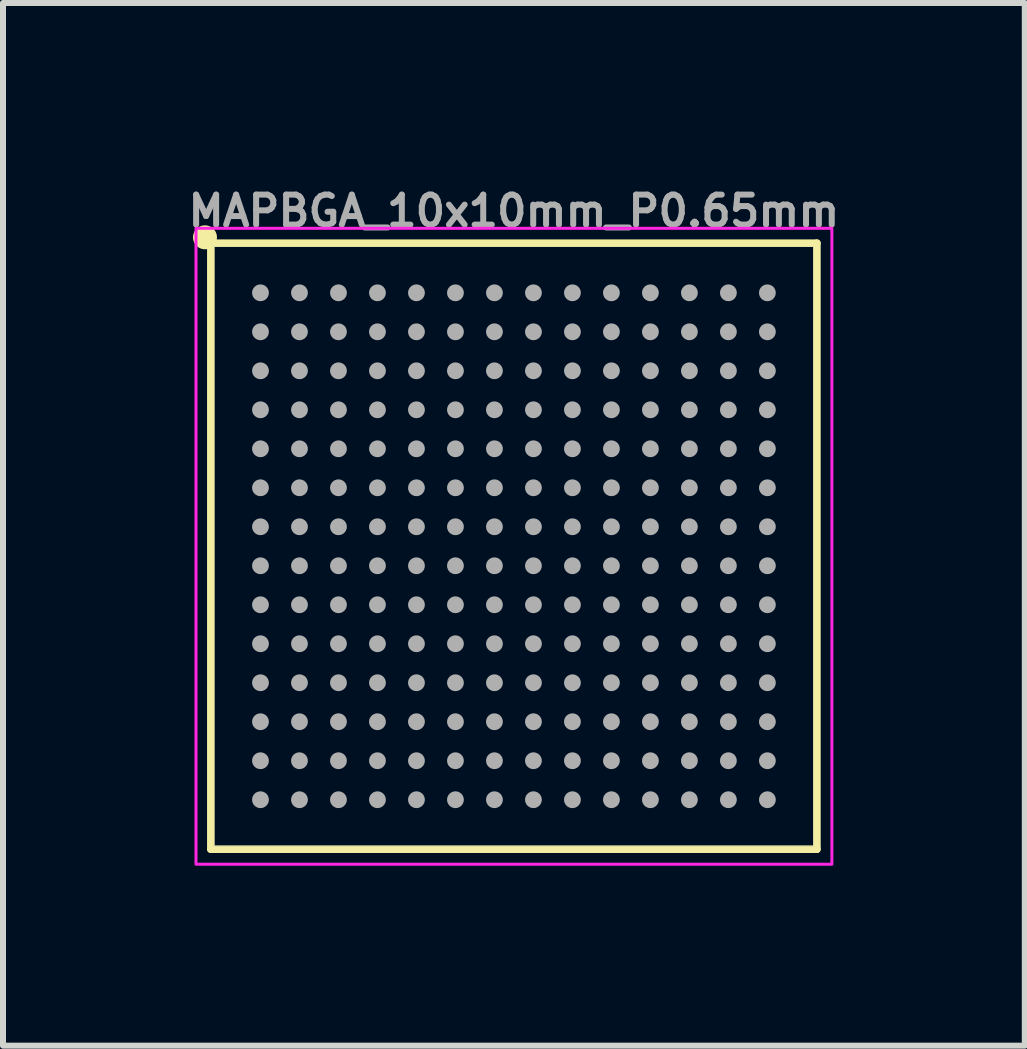
<source format=kicad_pcb>
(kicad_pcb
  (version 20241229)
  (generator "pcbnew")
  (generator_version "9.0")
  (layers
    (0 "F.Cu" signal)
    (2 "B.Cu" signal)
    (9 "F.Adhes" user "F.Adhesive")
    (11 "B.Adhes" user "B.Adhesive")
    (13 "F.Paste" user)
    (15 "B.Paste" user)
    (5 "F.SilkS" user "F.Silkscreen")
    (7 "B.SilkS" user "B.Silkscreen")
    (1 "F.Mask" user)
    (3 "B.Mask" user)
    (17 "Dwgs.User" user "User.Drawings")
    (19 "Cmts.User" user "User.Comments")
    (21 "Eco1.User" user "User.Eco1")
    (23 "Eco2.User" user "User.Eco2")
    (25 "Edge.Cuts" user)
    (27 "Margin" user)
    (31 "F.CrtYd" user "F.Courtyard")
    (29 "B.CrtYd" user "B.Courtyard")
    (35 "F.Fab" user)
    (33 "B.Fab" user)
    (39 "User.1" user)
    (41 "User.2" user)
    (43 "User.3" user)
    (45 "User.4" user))
  (footprint "MAPBGA_10x10mm_P0.65mm"
    (layer "F.Cu")
    (at 5.517 6.056)
    (property "Reference" "MAPBGA_10x10mm_P0.65mm" (at 0 -5.588 0) (layer "F.Fab") (effects (font (size 0.5 0.5) (thickness 0.1))))
    (attr smd)
    (fp_line (start -5.052 -5.052) (end 5.05 -5.052) (stroke (width 0.127) (type solid)) (layer "F.SilkS"))
    (fp_line (start -5.052 5.05) (end -5.052 -5.052) (stroke (width 0.127) (type solid)) (layer "F.SilkS"))
    (fp_line (start 5.05 -5.052) (end 5.05 5.05) (stroke (width 0.127) (type solid)) (layer "F.SilkS"))
    (fp_line (start 5.05 5.05) (end -5.052 5.05) (stroke (width 0.127) (type solid)) (layer "F.SilkS"))
    (fp_circle (center -5.15 -5.15) (end -5.25 -5.15) (stroke (width 0.2) (type solid)) (fill yes) (layer "F.SilkS"))
    (fp_rect (start -5.3 -5.3) (end 5.3 5.3) (stroke (width 0.05) (type default)) (fill no) (layer "F.CrtYd"))
    (fp_line (start -5 -5) (end 5 -5) (stroke (width 0.003) (type solid)) (layer "F.Fab"))
    (fp_line (start -5 5) (end -5 -5) (stroke (width 0.003) (type solid)) (layer "F.Fab"))
    (fp_line (start 5 -5) (end 5 5) (stroke (width 0.003) (type solid)) (layer "F.Fab"))
    (fp_line (start 5 5) (end -5 5) (stroke (width 0.003) (type solid)) (layer "F.Fab"))
    (fp_circle (center -4.225 -4.225) (end -4.155 -4.225) (stroke (width 0.14) (type solid)) (fill no) (layer "F.Fab"))
    (fp_circle (center -4.225 -3.575) (end -4.155 -3.575) (stroke (width 0.14) (type solid)) (fill no) (layer "F.Fab"))
    (fp_circle (center -4.225 -2.925) (end -4.155 -2.925) (stroke (width 0.14) (type solid)) (fill no) (layer "F.Fab"))
    (fp_circle (center -4.225 -2.275) (end -4.155 -2.275) (stroke (width 0.14) (type solid)) (fill no) (layer "F.Fab"))
    (fp_circle (center -4.225 -1.625) (end -4.155 -1.625) (stroke (width 0.14) (type solid)) (fill no) (layer "F.Fab"))
    (fp_circle (center -4.225 -0.975) (end -4.155 -0.975) (stroke (width 0.14) (type solid)) (fill no) (layer "F.Fab"))
    (fp_circle (center -4.225 -0.325) (end -4.155 -0.325) (stroke (width 0.14) (type solid)) (fill no) (layer "F.Fab"))
    (fp_circle (center -4.225 0.325) (end -4.155 0.325) (stroke (width 0.14) (type solid)) (fill no) (layer "F.Fab"))
    (fp_circle (center -4.225 0.975) (end -4.155 0.975) (stroke (width 0.14) (type solid)) (fill no) (layer "F.Fab"))
    (fp_circle (center -4.225 1.625) (end -4.155 1.625) (stroke (width 0.14) (type solid)) (fill no) (layer "F.Fab"))
    (fp_circle (center -4.225 2.275) (end -4.155 2.275) (stroke (width 0.14) (type solid)) (fill no) (layer "F.Fab"))
    (fp_circle (center -4.225 2.925) (end -4.155 2.925) (stroke (width 0.14) (type solid)) (fill no) (layer "F.Fab"))
    (fp_circle (center -4.225 3.575) (end -4.155 3.575) (stroke (width 0.14) (type solid)) (fill no) (layer "F.Fab"))
    (fp_circle (center -4.225 4.225) (end -4.155 4.225) (stroke (width 0.14) (type solid)) (fill no) (layer "F.Fab"))
    (fp_circle (center -3.575 -4.225) (end -3.505 -4.225) (stroke (width 0.14) (type solid)) (fill no) (layer "F.Fab"))
    (fp_circle (center -3.575 -3.575) (end -3.505 -3.575) (stroke (width 0.14) (type solid)) (fill no) (layer "F.Fab"))
    (fp_circle (center -3.575 -2.925) (end -3.505 -2.925) (stroke (width 0.14) (type solid)) (fill no) (layer "F.Fab"))
    (fp_circle (center -3.575 -2.275) (end -3.505 -2.275) (stroke (width 0.14) (type solid)) (fill no) (layer "F.Fab"))
    (fp_circle (center -3.575 -1.625) (end -3.505 -1.625) (stroke (width 0.14) (type solid)) (fill no) (layer "F.Fab"))
    (fp_circle (center -3.575 -0.975) (end -3.505 -0.975) (stroke (width 0.14) (type solid)) (fill no) (layer "F.Fab"))
    (fp_circle (center -3.575 -0.325) (end -3.505 -0.325) (stroke (width 0.14) (type solid)) (fill no) (layer "F.Fab"))
    (fp_circle (center -3.575 0.325) (end -3.505 0.325) (stroke (width 0.14) (type solid)) (fill no) (layer "F.Fab"))
    (fp_circle (center -3.575 0.975) (end -3.505 0.975) (stroke (width 0.14) (type solid)) (fill no) (layer "F.Fab"))
    (fp_circle (center -3.575 1.625) (end -3.505 1.625) (stroke (width 0.14) (type solid)) (fill no) (layer "F.Fab"))
    (fp_circle (center -3.575 2.275) (end -3.505 2.275) (stroke (width 0.14) (type solid)) (fill no) (layer "F.Fab"))
    (fp_circle (center -3.575 2.925) (end -3.505 2.925) (stroke (width 0.14) (type solid)) (fill no) (layer "F.Fab"))
    (fp_circle (center -3.575 3.575) (end -3.505 3.575) (stroke (width 0.14) (type solid)) (fill no) (layer "F.Fab"))
    (fp_circle (center -3.575 4.225) (end -3.505 4.225) (stroke (width 0.14) (type solid)) (fill no) (layer "F.Fab"))
    (fp_circle (center -2.925 -4.225) (end -2.855 -4.225) (stroke (width 0.14) (type solid)) (fill no) (layer "F.Fab"))
    (fp_circle (center -2.925 -3.575) (end -2.855 -3.575) (stroke (width 0.14) (type solid)) (fill no) (layer "F.Fab"))
    (fp_circle (center -2.925 -2.925) (end -2.855 -2.925) (stroke (width 0.14) (type solid)) (fill no) (layer "F.Fab"))
    (fp_circle (center -2.925 -2.275) (end -2.855 -2.275) (stroke (width 0.14) (type solid)) (fill no) (layer "F.Fab"))
    (fp_circle (center -2.925 -1.625) (end -2.855 -1.625) (stroke (width 0.14) (type solid)) (fill no) (layer "F.Fab"))
    (fp_circle (center -2.925 -0.975) (end -2.855 -0.975) (stroke (width 0.14) (type solid)) (fill no) (layer "F.Fab"))
    (fp_circle (center -2.925 -0.325) (end -2.855 -0.325) (stroke (width 0.14) (type solid)) (fill no) (layer "F.Fab"))
    (fp_circle (center -2.925 0.325) (end -2.855 0.325) (stroke (width 0.14) (type solid)) (fill no) (layer "F.Fab"))
    (fp_circle (center -2.925 0.975) (end -2.855 0.975) (stroke (width 0.14) (type solid)) (fill no) (layer "F.Fab"))
    (fp_circle (center -2.925 1.625) (end -2.855 1.625) (stroke (width 0.14) (type solid)) (fill no) (layer "F.Fab"))
    (fp_circle (center -2.925 2.275) (end -2.855 2.275) (stroke (width 0.14) (type solid)) (fill no) (layer "F.Fab"))
    (fp_circle (center -2.925 2.925) (end -2.855 2.925) (stroke (width 0.14) (type solid)) (fill no) (layer "F.Fab"))
    (fp_circle (center -2.925 3.575) (end -2.855 3.575) (stroke (width 0.14) (type solid)) (fill no) (layer "F.Fab"))
    (fp_circle (center -2.925 4.225) (end -2.855 4.225) (stroke (width 0.14) (type solid)) (fill no) (layer "F.Fab"))
    (fp_circle (center -2.275 -4.225) (end -2.205 -4.225) (stroke (width 0.14) (type solid)) (fill no) (layer "F.Fab"))
    (fp_circle (center -2.275 -3.575) (end -2.205 -3.575) (stroke (width 0.14) (type solid)) (fill no) (layer "F.Fab"))
    (fp_circle (center -2.275 -2.925) (end -2.205 -2.925) (stroke (width 0.14) (type solid)) (fill no) (layer "F.Fab"))
    (fp_circle (center -2.275 -2.275) (end -2.205 -2.275) (stroke (width 0.14) (type solid)) (fill no) (layer "F.Fab"))
    (fp_circle (center -2.275 -1.625) (end -2.205 -1.625) (stroke (width 0.14) (type solid)) (fill no) (layer "F.Fab"))
    (fp_circle (center -2.275 -0.975) (end -2.205 -0.975) (stroke (width 0.14) (type solid)) (fill no) (layer "F.Fab"))
    (fp_circle (center -2.275 -0.325) (end -2.205 -0.325) (stroke (width 0.14) (type solid)) (fill no) (layer "F.Fab"))
    (fp_circle (center -2.275 0.325) (end -2.205 0.325) (stroke (width 0.14) (type solid)) (fill no) (layer "F.Fab"))
    (fp_circle (center -2.275 0.975) (end -2.205 0.975) (stroke (width 0.14) (type solid)) (fill no) (layer "F.Fab"))
    (fp_circle (center -2.275 1.625) (end -2.205 1.625) (stroke (width 0.14) (type solid)) (fill no) (layer "F.Fab"))
    (fp_circle (center -2.275 2.275) (end -2.205 2.275) (stroke (width 0.14) (type solid)) (fill no) (layer "F.Fab"))
    (fp_circle (center -2.275 2.925) (end -2.205 2.925) (stroke (width 0.14) (type solid)) (fill no) (layer "F.Fab"))
    (fp_circle (center -2.275 3.575) (end -2.205 3.575) (stroke (width 0.14) (type solid)) (fill no) (layer "F.Fab"))
    (fp_circle (center -2.275 4.225) (end -2.205 4.225) (stroke (width 0.14) (type solid)) (fill no) (layer "F.Fab"))
    (fp_circle (center -1.625 -4.225) (end -1.555 -4.225) (stroke (width 0.14) (type solid)) (fill no) (layer "F.Fab"))
    (fp_circle (center -1.625 -3.575) (end -1.555 -3.575) (stroke (width 0.14) (type solid)) (fill no) (layer "F.Fab"))
    (fp_circle (center -1.625 -2.925) (end -1.555 -2.925) (stroke (width 0.14) (type solid)) (fill no) (layer "F.Fab"))
    (fp_circle (center -1.625 -2.275) (end -1.555 -2.275) (stroke (width 0.14) (type solid)) (fill no) (layer "F.Fab"))
    (fp_circle (center -1.625 -1.625) (end -1.555 -1.625) (stroke (width 0.14) (type solid)) (fill no) (layer "F.Fab"))
    (fp_circle (center -1.625 -0.975) (end -1.555 -0.975) (stroke (width 0.14) (type solid)) (fill no) (layer "F.Fab"))
    (fp_circle (center -1.625 -0.325) (end -1.555 -0.325) (stroke (width 0.14) (type solid)) (fill no) (layer "F.Fab"))
    (fp_circle (center -1.625 0.325) (end -1.555 0.325) (stroke (width 0.14) (type solid)) (fill no) (layer "F.Fab"))
    (fp_circle (center -1.625 0.975) (end -1.555 0.975) (stroke (width 0.14) (type solid)) (fill no) (layer "F.Fab"))
    (fp_circle (center -1.625 1.625) (end -1.555 1.625) (stroke (width 0.14) (type solid)) (fill no) (layer "F.Fab"))
    (fp_circle (center -1.625 2.275) (end -1.555 2.275) (stroke (width 0.14) (type solid)) (fill no) (layer "F.Fab"))
    (fp_circle (center -1.625 2.925) (end -1.555 2.925) (stroke (width 0.14) (type solid)) (fill no) (layer "F.Fab"))
    (fp_circle (center -1.625 3.575) (end -1.555 3.575) (stroke (width 0.14) (type solid)) (fill no) (layer "F.Fab"))
    (fp_circle (center -1.625 4.225) (end -1.555 4.225) (stroke (width 0.14) (type solid)) (fill no) (layer "F.Fab"))
    (fp_circle (center -0.975 -4.225) (end -0.905 -4.225) (stroke (width 0.14) (type solid)) (fill no) (layer "F.Fab"))
    (fp_circle (center -0.975 -3.575) (end -0.905 -3.575) (stroke (width 0.14) (type solid)) (fill no) (layer "F.Fab"))
    (fp_circle (center -0.975 -2.925) (end -0.905 -2.925) (stroke (width 0.14) (type solid)) (fill no) (layer "F.Fab"))
    (fp_circle (center -0.975 -2.275) (end -0.905 -2.275) (stroke (width 0.14) (type solid)) (fill no) (layer "F.Fab"))
    (fp_circle (center -0.975 -1.625) (end -0.905 -1.625) (stroke (width 0.14) (type solid)) (fill no) (layer "F.Fab"))
    (fp_circle (center -0.975 -0.975) (end -0.905 -0.975) (stroke (width 0.14) (type solid)) (fill no) (layer "F.Fab"))
    (fp_circle (center -0.975 -0.325) (end -0.905 -0.325) (stroke (width 0.14) (type solid)) (fill no) (layer "F.Fab"))
    (fp_circle (center -0.975 0.325) (end -0.905 0.325) (stroke (width 0.14) (type solid)) (fill no) (layer "F.Fab"))
    (fp_circle (center -0.975 0.975) (end -0.905 0.975) (stroke (width 0.14) (type solid)) (fill no) (layer "F.Fab"))
    (fp_circle (center -0.975 1.625) (end -0.905 1.625) (stroke (width 0.14) (type solid)) (fill no) (layer "F.Fab"))
    (fp_circle (center -0.975 2.275) (end -0.905 2.275) (stroke (width 0.14) (type solid)) (fill no) (layer "F.Fab"))
    (fp_circle (center -0.975 2.925) (end -0.905 2.925) (stroke (width 0.14) (type solid)) (fill no) (layer "F.Fab"))
    (fp_circle (center -0.975 3.575) (end -0.905 3.575) (stroke (width 0.14) (type solid)) (fill no) (layer "F.Fab"))
    (fp_circle (center -0.975 4.225) (end -0.905 4.225) (stroke (width 0.14) (type solid)) (fill no) (layer "F.Fab"))
    (fp_circle (center -0.325 -4.225) (end -0.255 -4.225) (stroke (width 0.14) (type solid)) (fill no) (layer "F.Fab"))
    (fp_circle (center -0.325 -3.575) (end -0.255 -3.575) (stroke (width 0.14) (type solid)) (fill no) (layer "F.Fab"))
    (fp_circle (center -0.325 -2.925) (end -0.255 -2.925) (stroke (width 0.14) (type solid)) (fill no) (layer "F.Fab"))
    (fp_circle (center -0.325 -2.275) (end -0.255 -2.275) (stroke (width 0.14) (type solid)) (fill no) (layer "F.Fab"))
    (fp_circle (center -0.325 -1.625) (end -0.255 -1.625) (stroke (width 0.14) (type solid)) (fill no) (layer "F.Fab"))
    (fp_circle (center -0.325 -0.975) (end -0.255 -0.975) (stroke (width 0.14) (type solid)) (fill no) (layer "F.Fab"))
    (fp_circle (center -0.325 -0.325) (end -0.255 -0.325) (stroke (width 0.14) (type solid)) (fill no) (layer "F.Fab"))
    (fp_circle (center -0.325 0.325) (end -0.255 0.325) (stroke (width 0.14) (type solid)) (fill no) (layer "F.Fab"))
    (fp_circle (center -0.325 0.975) (end -0.255 0.975) (stroke (width 0.14) (type solid)) (fill no) (layer "F.Fab"))
    (fp_circle (center -0.325 1.625) (end -0.255 1.625) (stroke (width 0.14) (type solid)) (fill no) (layer "F.Fab"))
    (fp_circle (center -0.325 2.275) (end -0.255 2.275) (stroke (width 0.14) (type solid)) (fill no) (layer "F.Fab"))
    (fp_circle (center -0.325 2.925) (end -0.255 2.925) (stroke (width 0.14) (type solid)) (fill no) (layer "F.Fab"))
    (fp_circle (center -0.325 3.575) (end -0.255 3.575) (stroke (width 0.14) (type solid)) (fill no) (layer "F.Fab"))
    (fp_circle (center -0.325 4.225) (end -0.255 4.225) (stroke (width 0.14) (type solid)) (fill no) (layer "F.Fab"))
    (fp_circle (center 0.325 -4.225) (end 0.395 -4.225) (stroke (width 0.14) (type solid)) (fill no) (layer "F.Fab"))
    (fp_circle (center 0.325 -3.575) (end 0.395 -3.575) (stroke (width 0.14) (type solid)) (fill no) (layer "F.Fab"))
    (fp_circle (center 0.325 -2.925) (end 0.395 -2.925) (stroke (width 0.14) (type solid)) (fill no) (layer "F.Fab"))
    (fp_circle (center 0.325 -2.275) (end 0.395 -2.275) (stroke (width 0.14) (type solid)) (fill no) (layer "F.Fab"))
    (fp_circle (center 0.325 -1.625) (end 0.395 -1.625) (stroke (width 0.14) (type solid)) (fill no) (layer "F.Fab"))
    (fp_circle (center 0.325 -0.975) (end 0.395 -0.975) (stroke (width 0.14) (type solid)) (fill no) (layer "F.Fab"))
    (fp_circle (center 0.325 -0.325) (end 0.395 -0.325) (stroke (width 0.14) (type solid)) (fill no) (layer "F.Fab"))
    (fp_circle (center 0.325 0.325) (end 0.395 0.325) (stroke (width 0.14) (type solid)) (fill no) (layer "F.Fab"))
    (fp_circle (center 0.325 0.975) (end 0.395 0.975) (stroke (width 0.14) (type solid)) (fill no) (layer "F.Fab"))
    (fp_circle (center 0.325 1.625) (end 0.395 1.625) (stroke (width 0.14) (type solid)) (fill no) (layer "F.Fab"))
    (fp_circle (center 0.325 2.275) (end 0.395 2.275) (stroke (width 0.14) (type solid)) (fill no) (layer "F.Fab"))
    (fp_circle (center 0.325 2.925) (end 0.395 2.925) (stroke (width 0.14) (type solid)) (fill no) (layer "F.Fab"))
    (fp_circle (center 0.325 3.575) (end 0.395 3.575) (stroke (width 0.14) (type solid)) (fill no) (layer "F.Fab"))
    (fp_circle (center 0.325 4.225) (end 0.395 4.225) (stroke (width 0.14) (type solid)) (fill no) (layer "F.Fab"))
    (fp_circle (center 0.975 -4.225) (end 1.045 -4.225) (stroke (width 0.14) (type solid)) (fill no) (layer "F.Fab"))
    (fp_circle (center 0.975 -3.575) (end 1.045 -3.575) (stroke (width 0.14) (type solid)) (fill no) (layer "F.Fab"))
    (fp_circle (center 0.975 -2.925) (end 1.045 -2.925) (stroke (width 0.14) (type solid)) (fill no) (layer "F.Fab"))
    (fp_circle (center 0.975 -2.275) (end 1.045 -2.275) (stroke (width 0.14) (type solid)) (fill no) (layer "F.Fab"))
    (fp_circle (center 0.975 -1.625) (end 1.045 -1.625) (stroke (width 0.14) (type solid)) (fill no) (layer "F.Fab"))
    (fp_circle (center 0.975 -0.975) (end 1.045 -0.975) (stroke (width 0.14) (type solid)) (fill no) (layer "F.Fab"))
    (fp_circle (center 0.975 -0.325) (end 1.045 -0.325) (stroke (width 0.14) (type solid)) (fill no) (layer "F.Fab"))
    (fp_circle (center 0.975 0.325) (end 1.045 0.325) (stroke (width 0.14) (type solid)) (fill no) (layer "F.Fab"))
    (fp_circle (center 0.975 0.975) (end 1.045 0.975) (stroke (width 0.14) (type solid)) (fill no) (layer "F.Fab"))
    (fp_circle (center 0.975 1.625) (end 1.045 1.625) (stroke (width 0.14) (type solid)) (fill no) (layer "F.Fab"))
    (fp_circle (center 0.975 2.275) (end 1.045 2.275) (stroke (width 0.14) (type solid)) (fill no) (layer "F.Fab"))
    (fp_circle (center 0.975 2.925) (end 1.045 2.925) (stroke (width 0.14) (type solid)) (fill no) (layer "F.Fab"))
    (fp_circle (center 0.975 3.575) (end 1.045 3.575) (stroke (width 0.14) (type solid)) (fill no) (layer "F.Fab"))
    (fp_circle (center 0.975 4.225) (end 1.045 4.225) (stroke (width 0.14) (type solid)) (fill no) (layer "F.Fab"))
    (fp_circle (center 1.625 -4.225) (end 1.695 -4.225) (stroke (width 0.14) (type solid)) (fill no) (layer "F.Fab"))
    (fp_circle (center 1.625 -3.575) (end 1.695 -3.575) (stroke (width 0.14) (type solid)) (fill no) (layer "F.Fab"))
    (fp_circle (center 1.625 -2.925) (end 1.695 -2.925) (stroke (width 0.14) (type solid)) (fill no) (layer "F.Fab"))
    (fp_circle (center 1.625 -2.275) (end 1.695 -2.275) (stroke (width 0.14) (type solid)) (fill no) (layer "F.Fab"))
    (fp_circle (center 1.625 -1.625) (end 1.695 -1.625) (stroke (width 0.14) (type solid)) (fill no) (layer "F.Fab"))
    (fp_circle (center 1.625 -0.975) (end 1.695 -0.975) (stroke (width 0.14) (type solid)) (fill no) (layer "F.Fab"))
    (fp_circle (center 1.625 -0.325) (end 1.695 -0.325) (stroke (width 0.14) (type solid)) (fill no) (layer "F.Fab"))
    (fp_circle (center 1.625 0.325) (end 1.695 0.325) (stroke (width 0.14) (type solid)) (fill no) (layer "F.Fab"))
    (fp_circle (center 1.625 0.975) (end 1.695 0.975) (stroke (width 0.14) (type solid)) (fill no) (layer "F.Fab"))
    (fp_circle (center 1.625 1.625) (end 1.695 1.625) (stroke (width 0.14) (type solid)) (fill no) (layer "F.Fab"))
    (fp_circle (center 1.625 2.275) (end 1.695 2.275) (stroke (width 0.14) (type solid)) (fill no) (layer "F.Fab"))
    (fp_circle (center 1.625 2.925) (end 1.695 2.925) (stroke (width 0.14) (type solid)) (fill no) (layer "F.Fab"))
    (fp_circle (center 1.625 3.575) (end 1.695 3.575) (stroke (width 0.14) (type solid)) (fill no) (layer "F.Fab"))
    (fp_circle (center 1.625 4.225) (end 1.695 4.225) (stroke (width 0.14) (type solid)) (fill no) (layer "F.Fab"))
    (fp_circle (center 2.275 -4.225) (end 2.345 -4.225) (stroke (width 0.14) (type solid)) (fill no) (layer "F.Fab"))
    (fp_circle (center 2.275 -3.575) (end 2.345 -3.575) (stroke (width 0.14) (type solid)) (fill no) (layer "F.Fab"))
    (fp_circle (center 2.275 -2.925) (end 2.345 -2.925) (stroke (width 0.14) (type solid)) (fill no) (layer "F.Fab"))
    (fp_circle (center 2.275 -2.275) (end 2.345 -2.275) (stroke (width 0.14) (type solid)) (fill no) (layer "F.Fab"))
    (fp_circle (center 2.275 -1.625) (end 2.345 -1.625) (stroke (width 0.14) (type solid)) (fill no) (layer "F.Fab"))
    (fp_circle (center 2.275 -0.975) (end 2.345 -0.975) (stroke (width 0.14) (type solid)) (fill no) (layer "F.Fab"))
    (fp_circle (center 2.275 -0.325) (end 2.345 -0.325) (stroke (width 0.14) (type solid)) (fill no) (layer "F.Fab"))
    (fp_circle (center 2.275 0.325) (end 2.345 0.325) (stroke (width 0.14) (type solid)) (fill no) (layer "F.Fab"))
    (fp_circle (center 2.275 0.975) (end 2.345 0.975) (stroke (width 0.14) (type solid)) (fill no) (layer "F.Fab"))
    (fp_circle (center 2.275 1.625) (end 2.345 1.625) (stroke (width 0.14) (type solid)) (fill no) (layer "F.Fab"))
    (fp_circle (center 2.275 2.275) (end 2.345 2.275) (stroke (width 0.14) (type solid)) (fill no) (layer "F.Fab"))
    (fp_circle (center 2.275 2.925) (end 2.345 2.925) (stroke (width 0.14) (type solid)) (fill no) (layer "F.Fab"))
    (fp_circle (center 2.275 3.575) (end 2.345 3.575) (stroke (width 0.14) (type solid)) (fill no) (layer "F.Fab"))
    (fp_circle (center 2.275 4.225) (end 2.345 4.225) (stroke (width 0.14) (type solid)) (fill no) (layer "F.Fab"))
    (fp_circle (center 2.925 -4.225) (end 2.995 -4.225) (stroke (width 0.14) (type solid)) (fill no) (layer "F.Fab"))
    (fp_circle (center 2.925 -3.575) (end 2.995 -3.575) (stroke (width 0.14) (type solid)) (fill no) (layer "F.Fab"))
    (fp_circle (center 2.925 -2.925) (end 2.995 -2.925) (stroke (width 0.14) (type solid)) (fill no) (layer "F.Fab"))
    (fp_circle (center 2.925 -2.275) (end 2.995 -2.275) (stroke (width 0.14) (type solid)) (fill no) (layer "F.Fab"))
    (fp_circle (center 2.925 -1.625) (end 2.995 -1.625) (stroke (width 0.14) (type solid)) (fill no) (layer "F.Fab"))
    (fp_circle (center 2.925 -0.975) (end 2.995 -0.975) (stroke (width 0.14) (type solid)) (fill no) (layer "F.Fab"))
    (fp_circle (center 2.925 -0.325) (end 2.995 -0.325) (stroke (width 0.14) (type solid)) (fill no) (layer "F.Fab"))
    (fp_circle (center 2.925 0.325) (end 2.995 0.325) (stroke (width 0.14) (type solid)) (fill no) (layer "F.Fab"))
    (fp_circle (center 2.925 0.975) (end 2.995 0.975) (stroke (width 0.14) (type solid)) (fill no) (layer "F.Fab"))
    (fp_circle (center 2.925 1.625) (end 2.995 1.625) (stroke (width 0.14) (type solid)) (fill no) (layer "F.Fab"))
    (fp_circle (center 2.925 2.275) (end 2.995 2.275) (stroke (width 0.14) (type solid)) (fill no) (layer "F.Fab"))
    (fp_circle (center 2.925 2.925) (end 2.995 2.925) (stroke (width 0.14) (type solid)) (fill no) (layer "F.Fab"))
    (fp_circle (center 2.925 3.575) (end 2.995 3.575) (stroke (width 0.14) (type solid)) (fill no) (layer "F.Fab"))
    (fp_circle (center 2.925 4.225) (end 2.995 4.225) (stroke (width 0.14) (type solid)) (fill no) (layer "F.Fab"))
    (fp_circle (center 3.575 -4.225) (end 3.645 -4.225) (stroke (width 0.14) (type solid)) (fill no) (layer "F.Fab"))
    (fp_circle (center 3.575 -3.575) (end 3.645 -3.575) (stroke (width 0.14) (type solid)) (fill no) (layer "F.Fab"))
    (fp_circle (center 3.575 -2.925) (end 3.645 -2.925) (stroke (width 0.14) (type solid)) (fill no) (layer "F.Fab"))
    (fp_circle (center 3.575 -2.275) (end 3.645 -2.275) (stroke (width 0.14) (type solid)) (fill no) (layer "F.Fab"))
    (fp_circle (center 3.575 -1.625) (end 3.645 -1.625) (stroke (width 0.14) (type solid)) (fill no) (layer "F.Fab"))
    (fp_circle (center 3.575 -0.975) (end 3.645 -0.975) (stroke (width 0.14) (type solid)) (fill no) (layer "F.Fab"))
    (fp_circle (center 3.575 -0.325) (end 3.645 -0.325) (stroke (width 0.14) (type solid)) (fill no) (layer "F.Fab"))
    (fp_circle (center 3.575 0.325) (end 3.645 0.325) (stroke (width 0.14) (type solid)) (fill no) (layer "F.Fab"))
    (fp_circle (center 3.575 0.975) (end 3.645 0.975) (stroke (width 0.14) (type solid)) (fill no) (layer "F.Fab"))
    (fp_circle (center 3.575 1.625) (end 3.645 1.625) (stroke (width 0.14) (type solid)) (fill no) (layer "F.Fab"))
    (fp_circle (center 3.575 2.275) (end 3.645 2.275) (stroke (width 0.14) (type solid)) (fill no) (layer "F.Fab"))
    (fp_circle (center 3.575 2.925) (end 3.645 2.925) (stroke (width 0.14) (type solid)) (fill no) (layer "F.Fab"))
    (fp_circle (center 3.575 3.575) (end 3.645 3.575) (stroke (width 0.14) (type solid)) (fill no) (layer "F.Fab"))
    (fp_circle (center 3.575 4.225) (end 3.645 4.225) (stroke (width 0.14) (type solid)) (fill no) (layer "F.Fab"))
    (fp_circle (center 4.225 -4.225) (end 4.295 -4.225) (stroke (width 0.14) (type solid)) (fill no) (layer "F.Fab"))
    (fp_circle (center 4.225 -3.575) (end 4.295 -3.575) (stroke (width 0.14) (type solid)) (fill no) (layer "F.Fab"))
    (fp_circle (center 4.225 -2.925) (end 4.295 -2.925) (stroke (width 0.14) (type solid)) (fill no) (layer "F.Fab"))
    (fp_circle (center 4.225 -2.275) (end 4.295 -2.275) (stroke (width 0.14) (type solid)) (fill no) (layer "F.Fab"))
    (fp_circle (center 4.225 -1.625) (end 4.295 -1.625) (stroke (width 0.14) (type solid)) (fill no) (layer "F.Fab"))
    (fp_circle (center 4.225 -0.975) (end 4.295 -0.975) (stroke (width 0.14) (type solid)) (fill no) (layer "F.Fab"))
    (fp_circle (center 4.225 -0.325) (end 4.295 -0.325) (stroke (width 0.14) (type solid)) (fill no) (layer "F.Fab"))
    (fp_circle (center 4.225 0.325) (end 4.295 0.325) (stroke (width 0.14) (type solid)) (fill no) (layer "F.Fab"))
    (fp_circle (center 4.225 0.975) (end 4.295 0.975) (stroke (width 0.14) (type solid)) (fill no) (layer "F.Fab"))
    (fp_circle (center 4.225 1.625) (end 4.295 1.625) (stroke (width 0.14) (type solid)) (fill no) (layer "F.Fab"))
    (fp_circle (center 4.225 2.275) (end 4.295 2.275) (stroke (width 0.14) (type solid)) (fill no) (layer "F.Fab"))
    (fp_circle (center 4.225 2.925) (end 4.295 2.925) (stroke (width 0.14) (type solid)) (fill no) (layer "F.Fab"))
    (fp_circle (center 4.225 3.575) (end 4.295 3.575) (stroke (width 0.14) (type solid)) (fill no) (layer "F.Fab"))
    (fp_circle (center 4.225 4.225) (end 4.295 4.225) (stroke (width 0.14) (type solid)) (fill no) (layer "F.Fab"))
    (pad "A1" smd roundrect (at -4.225 -4.225) (size 0.234 0.234) (layers "F.Cu" "F.Mask" "F.Paste") (roundrect_rratio 0.5))
    (pad "A2" smd roundrect (at -3.575 -4.225) (size 0.234 0.234) (layers "F.Cu" "F.Mask" "F.Paste") (roundrect_rratio 0.5))
    (pad "A3" smd roundrect (at -2.925 -4.225) (size 0.234 0.234) (layers "F.Cu" "F.Mask" "F.Paste") (roundrect_rratio 0.5))
    (pad "A4" smd roundrect (at -2.275 -4.225) (size 0.234 0.234) (layers "F.Cu" "F.Mask" "F.Paste") (roundrect_rratio 0.5))
    (pad "A5" smd roundrect (at -1.625 -4.225) (size 0.234 0.234) (layers "F.Cu" "F.Mask" "F.Paste") (roundrect_rratio 0.5))
    (pad "A6" smd roundrect (at -0.975 -4.225) (size 0.234 0.234) (layers "F.Cu" "F.Mask" "F.Paste") (roundrect_rratio 0.5))
    (pad "A7" smd roundrect (at -0.325 -4.225) (size 0.234 0.234) (layers "F.Cu" "F.Mask" "F.Paste") (roundrect_rratio 0.5))
    (pad "A8" smd roundrect (at 0.325 -4.225) (size 0.234 0.234) (layers "F.Cu" "F.Mask" "F.Paste") (roundrect_rratio 0.5))
    (pad "A9" smd roundrect (at 0.975 -4.225) (size 0.234 0.234) (layers "F.Cu" "F.Mask" "F.Paste") (roundrect_rratio 0.5))
    (pad "A10" smd roundrect (at 1.625 -4.225) (size 0.234 0.234) (layers "F.Cu" "F.Mask" "F.Paste") (roundrect_rratio 0.5))
    (pad "A11" smd roundrect (at 2.275 -4.225) (size 0.234 0.234) (layers "F.Cu" "F.Mask" "F.Paste") (roundrect_rratio 0.5))
    (pad "A12" smd roundrect (at 2.925 -4.225) (size 0.234 0.234) (layers "F.Cu" "F.Mask" "F.Paste") (roundrect_rratio 0.5))
    (pad "A13" smd roundrect (at 3.575 -4.225) (size 0.234 0.234) (layers "F.Cu" "F.Mask" "F.Paste") (roundrect_rratio 0.5))
    (pad "A14" smd roundrect (at 4.225 -4.225) (size 0.234 0.234) (layers "F.Cu" "F.Mask" "F.Paste") (roundrect_rratio 0.5))
    (pad "B1" smd roundrect (at -4.225 -3.575) (size 0.234 0.234) (layers "F.Cu" "F.Mask" "F.Paste") (roundrect_rratio 0.5))
    (pad "B2" smd roundrect (at -3.575 -3.575) (size 0.234 0.234) (layers "F.Cu" "F.Mask" "F.Paste") (roundrect_rratio 0.5))
    (pad "B3" smd roundrect (at -2.925 -3.575) (size 0.234 0.234) (layers "F.Cu" "F.Mask" "F.Paste") (roundrect_rratio 0.5))
    (pad "B4" smd roundrect (at -2.275 -3.575) (size 0.234 0.234) (layers "F.Cu" "F.Mask" "F.Paste") (roundrect_rratio 0.5))
    (pad "B5" smd roundrect (at -1.625 -3.575) (size 0.234 0.234) (layers "F.Cu" "F.Mask" "F.Paste") (roundrect_rratio 0.5))
    (pad "B6" smd roundrect (at -0.975 -3.575) (size 0.234 0.234) (layers "F.Cu" "F.Mask" "F.Paste") (roundrect_rratio 0.5))
    (pad "B7" smd roundrect (at -0.325 -3.575) (size 0.234 0.234) (layers "F.Cu" "F.Mask" "F.Paste") (roundrect_rratio 0.5))
    (pad "B8" smd roundrect (at 0.325 -3.575) (size 0.234 0.234) (layers "F.Cu" "F.Mask" "F.Paste") (roundrect_rratio 0.5))
    (pad "B9" smd roundrect (at 0.975 -3.575) (size 0.234 0.234) (layers "F.Cu" "F.Mask" "F.Paste") (roundrect_rratio 0.5))
    (pad "B10" smd roundrect (at 1.625 -3.575) (size 0.234 0.234) (layers "F.Cu" "F.Mask" "F.Paste") (roundrect_rratio 0.5))
    (pad "B11" smd roundrect (at 2.275 -3.575) (size 0.234 0.234) (layers "F.Cu" "F.Mask" "F.Paste") (roundrect_rratio 0.5))
    (pad "B12" smd roundrect (at 2.925 -3.575) (size 0.234 0.234) (layers "F.Cu" "F.Mask" "F.Paste") (roundrect_rratio 0.5))
    (pad "B13" smd roundrect (at 3.575 -3.575) (size 0.234 0.234) (layers "F.Cu" "F.Mask" "F.Paste") (roundrect_rratio 0.5))
    (pad "B14" smd roundrect (at 4.225 -3.575) (size 0.234 0.234) (layers "F.Cu" "F.Mask" "F.Paste") (roundrect_rratio 0.5))
    (pad "C1" smd roundrect (at -4.225 -2.925) (size 0.234 0.234) (layers "F.Cu" "F.Mask" "F.Paste") (roundrect_rratio 0.5))
    (pad "C2" smd roundrect (at -3.575 -2.925) (size 0.234 0.234) (layers "F.Cu" "F.Mask" "F.Paste") (roundrect_rratio 0.5))
    (pad "C3" smd roundrect (at -2.925 -2.925) (size 0.234 0.234) (layers "F.Cu" "F.Mask" "F.Paste") (roundrect_rratio 0.5))
    (pad "C4" smd roundrect (at -2.275 -2.925) (size 0.234 0.234) (layers "F.Cu" "F.Mask" "F.Paste") (roundrect_rratio 0.5))
    (pad "C5" smd roundrect (at -1.625 -2.925) (size 0.234 0.234) (layers "F.Cu" "F.Mask" "F.Paste") (roundrect_rratio 0.5))
    (pad "C6" smd roundrect (at -0.975 -2.925) (size 0.234 0.234) (layers "F.Cu" "F.Mask" "F.Paste") (roundrect_rratio 0.5))
    (pad "C7" smd roundrect (at -0.325 -2.925) (size 0.234 0.234) (layers "F.Cu" "F.Mask" "F.Paste") (roundrect_rratio 0.5))
    (pad "C8" smd roundrect (at 0.325 -2.925) (size 0.234 0.234) (layers "F.Cu" "F.Mask" "F.Paste") (roundrect_rratio 0.5))
    (pad "C9" smd roundrect (at 0.975 -2.925) (size 0.234 0.234) (layers "F.Cu" "F.Mask" "F.Paste") (roundrect_rratio 0.5))
    (pad "C10" smd roundrect (at 1.625 -2.925) (size 0.234 0.234) (layers "F.Cu" "F.Mask" "F.Paste") (roundrect_rratio 0.5))
    (pad "C11" smd roundrect (at 2.275 -2.925) (size 0.234 0.234) (layers "F.Cu" "F.Mask" "F.Paste") (roundrect_rratio 0.5))
    (pad "C12" smd roundrect (at 2.925 -2.925) (size 0.234 0.234) (layers "F.Cu" "F.Mask" "F.Paste") (roundrect_rratio 0.5))
    (pad "C13" smd roundrect (at 3.575 -2.925) (size 0.234 0.234) (layers "F.Cu" "F.Mask" "F.Paste") (roundrect_rratio 0.5))
    (pad "C14" smd roundrect (at 4.225 -2.925) (size 0.234 0.234) (layers "F.Cu" "F.Mask" "F.Paste") (roundrect_rratio 0.5))
    (pad "D1" smd roundrect (at -4.225 -2.275) (size 0.234 0.234) (layers "F.Cu" "F.Mask" "F.Paste") (roundrect_rratio 0.5))
    (pad "D2" smd roundrect (at -3.575 -2.275) (size 0.234 0.234) (layers "F.Cu" "F.Mask" "F.Paste") (roundrect_rratio 0.5))
    (pad "D3" smd roundrect (at -2.925 -2.275) (size 0.234 0.234) (layers "F.Cu" "F.Mask" "F.Paste") (roundrect_rratio 0.5))
    (pad "D4" smd roundrect (at -2.275 -2.275) (size 0.234 0.234) (layers "F.Cu" "F.Mask" "F.Paste") (roundrect_rratio 0.5))
    (pad "D5" smd roundrect (at -1.625 -2.275) (size 0.234 0.234) (layers "F.Cu" "F.Mask" "F.Paste") (roundrect_rratio 0.5))
    (pad "D6" smd roundrect (at -0.975 -2.275) (size 0.234 0.234) (layers "F.Cu" "F.Mask" "F.Paste") (roundrect_rratio 0.5))
    (pad "D7" smd roundrect (at -0.325 -2.275) (size 0.234 0.234) (layers "F.Cu" "F.Mask" "F.Paste") (roundrect_rratio 0.5))
    (pad "D8" smd roundrect (at 0.325 -2.275) (size 0.234 0.234) (layers "F.Cu" "F.Mask" "F.Paste") (roundrect_rratio 0.5))
    (pad "D9" smd roundrect (at 0.975 -2.275) (size 0.234 0.234) (layers "F.Cu" "F.Mask" "F.Paste") (roundrect_rratio 0.5))
    (pad "D10" smd roundrect (at 1.625 -2.275) (size 0.234 0.234) (layers "F.Cu" "F.Mask" "F.Paste") (roundrect_rratio 0.5))
    (pad "D11" smd roundrect (at 2.275 -2.275) (size 0.234 0.234) (layers "F.Cu" "F.Mask" "F.Paste") (roundrect_rratio 0.5))
    (pad "D12" smd roundrect (at 2.925 -2.275) (size 0.234 0.234) (layers "F.Cu" "F.Mask" "F.Paste") (roundrect_rratio 0.5))
    (pad "D13" smd roundrect (at 3.575 -2.275) (size 0.234 0.234) (layers "F.Cu" "F.Mask" "F.Paste") (roundrect_rratio 0.5))
    (pad "D14" smd roundrect (at 4.225 -2.275) (size 0.234 0.234) (layers "F.Cu" "F.Mask" "F.Paste") (roundrect_rratio 0.5))
    (pad "E1" smd roundrect (at -4.225 -1.625) (size 0.234 0.234) (layers "F.Cu" "F.Mask" "F.Paste") (roundrect_rratio 0.5))
    (pad "E2" smd roundrect (at -3.575 -1.625) (size 0.234 0.234) (layers "F.Cu" "F.Mask" "F.Paste") (roundrect_rratio 0.5))
    (pad "E3" smd roundrect (at -2.925 -1.625) (size 0.234 0.234) (layers "F.Cu" "F.Mask" "F.Paste") (roundrect_rratio 0.5))
    (pad "E4" smd roundrect (at -2.275 -1.625) (size 0.234 0.234) (layers "F.Cu" "F.Mask" "F.Paste") (roundrect_rratio 0.5))
    (pad "E5" smd roundrect (at -1.625 -1.625) (size 0.234 0.234) (layers "F.Cu" "F.Mask" "F.Paste") (roundrect_rratio 0.5))
    (pad "E6" smd roundrect (at -0.975 -1.625) (size 0.234 0.234) (layers "F.Cu" "F.Mask" "F.Paste") (roundrect_rratio 0.5))
    (pad "E7" smd roundrect (at -0.325 -1.625) (size 0.234 0.234) (layers "F.Cu" "F.Mask" "F.Paste") (roundrect_rratio 0.5))
    (pad "E8" smd roundrect (at 0.325 -1.625) (size 0.234 0.234) (layers "F.Cu" "F.Mask" "F.Paste") (roundrect_rratio 0.5))
    (pad "E9" smd roundrect (at 0.975 -1.625) (size 0.234 0.234) (layers "F.Cu" "F.Mask" "F.Paste") (roundrect_rratio 0.5))
    (pad "E10" smd roundrect (at 1.625 -1.625) (size 0.234 0.234) (layers "F.Cu" "F.Mask" "F.Paste") (roundrect_rratio 0.5))
    (pad "E11" smd roundrect (at 2.275 -1.625) (size 0.234 0.234) (layers "F.Cu" "F.Mask" "F.Paste") (roundrect_rratio 0.5))
    (pad "E12" smd roundrect (at 2.925 -1.625) (size 0.234 0.234) (layers "F.Cu" "F.Mask" "F.Paste") (roundrect_rratio 0.5))
    (pad "E13" smd roundrect (at 3.575 -1.625) (size 0.234 0.234) (layers "F.Cu" "F.Mask" "F.Paste") (roundrect_rratio 0.5))
    (pad "E14" smd roundrect (at 4.225 -1.625) (size 0.234 0.234) (layers "F.Cu" "F.Mask" "F.Paste") (roundrect_rratio 0.5))
    (pad "F1" smd roundrect (at -4.225 -0.975) (size 0.234 0.234) (layers "F.Cu" "F.Mask" "F.Paste") (roundrect_rratio 0.5))
    (pad "F2" smd roundrect (at -3.575 -0.975) (size 0.234 0.234) (layers "F.Cu" "F.Mask" "F.Paste") (roundrect_rratio 0.5))
    (pad "F3" smd roundrect (at -2.925 -0.975) (size 0.234 0.234) (layers "F.Cu" "F.Mask" "F.Paste") (roundrect_rratio 0.5))
    (pad "F4" smd roundrect (at -2.275 -0.975) (size 0.234 0.234) (layers "F.Cu" "F.Mask" "F.Paste") (roundrect_rratio 0.5))
    (pad "F5" smd roundrect (at -1.625 -0.975) (size 0.234 0.234) (layers "F.Cu" "F.Mask" "F.Paste") (roundrect_rratio 0.5))
    (pad "F6" smd roundrect (at -0.975 -0.975) (size 0.234 0.234) (layers "F.Cu" "F.Mask" "F.Paste") (roundrect_rratio 0.5))
    (pad "F7" smd roundrect (at -0.325 -0.975) (size 0.234 0.234) (layers "F.Cu" "F.Mask" "F.Paste") (roundrect_rratio 0.5))
    (pad "F8" smd roundrect (at 0.325 -0.975) (size 0.234 0.234) (layers "F.Cu" "F.Mask" "F.Paste") (roundrect_rratio 0.5))
    (pad "F9" smd roundrect (at 0.975 -0.975) (size 0.234 0.234) (layers "F.Cu" "F.Mask" "F.Paste") (roundrect_rratio 0.5))
    (pad "F10" smd roundrect (at 1.625 -0.975) (size 0.234 0.234) (layers "F.Cu" "F.Mask" "F.Paste") (roundrect_rratio 0.5))
    (pad "F11" smd roundrect (at 2.275 -0.975) (size 0.234 0.234) (layers "F.Cu" "F.Mask" "F.Paste") (roundrect_rratio 0.5))
    (pad "F12" smd roundrect (at 2.925 -0.975) (size 0.234 0.234) (layers "F.Cu" "F.Mask" "F.Paste") (roundrect_rratio 0.5))
    (pad "F13" smd roundrect (at 3.575 -0.975) (size 0.234 0.234) (layers "F.Cu" "F.Mask" "F.Paste") (roundrect_rratio 0.5))
    (pad "F14" smd roundrect (at 4.225 -0.975) (size 0.234 0.234) (layers "F.Cu" "F.Mask" "F.Paste") (roundrect_rratio 0.5))
    (pad "G1" smd roundrect (at -4.225 -0.325) (size 0.234 0.234) (layers "F.Cu" "F.Mask" "F.Paste") (roundrect_rratio 0.5))
    (pad "G2" smd roundrect (at -3.575 -0.325) (size 0.234 0.234) (layers "F.Cu" "F.Mask" "F.Paste") (roundrect_rratio 0.5))
    (pad "G3" smd roundrect (at -2.925 -0.325) (size 0.234 0.234) (layers "F.Cu" "F.Mask" "F.Paste") (roundrect_rratio 0.5))
    (pad "G4" smd roundrect (at -2.275 -0.325) (size 0.234 0.234) (layers "F.Cu" "F.Mask" "F.Paste") (roundrect_rratio 0.5))
    (pad "G5" smd roundrect (at -1.625 -0.325) (size 0.234 0.234) (layers "F.Cu" "F.Mask" "F.Paste") (roundrect_rratio 0.5))
    (pad "G6" smd roundrect (at -0.975 -0.325) (size 0.234 0.234) (layers "F.Cu" "F.Mask" "F.Paste") (roundrect_rratio 0.5))
    (pad "G7" smd roundrect (at -0.325 -0.325) (size 0.234 0.234) (layers "F.Cu" "F.Mask" "F.Paste") (roundrect_rratio 0.5))
    (pad "G8" smd roundrect (at 0.325 -0.325) (size 0.234 0.234) (layers "F.Cu" "F.Mask" "F.Paste") (roundrect_rratio 0.5))
    (pad "G9" smd roundrect (at 0.975 -0.325) (size 0.234 0.234) (layers "F.Cu" "F.Mask" "F.Paste") (roundrect_rratio 0.5))
    (pad "G10" smd roundrect (at 1.625 -0.325) (size 0.234 0.234) (layers "F.Cu" "F.Mask" "F.Paste") (roundrect_rratio 0.5))
    (pad "G11" smd roundrect (at 2.275 -0.325) (size 0.234 0.234) (layers "F.Cu" "F.Mask" "F.Paste") (roundrect_rratio 0.5))
    (pad "G12" smd roundrect (at 2.925 -0.325) (size 0.234 0.234) (layers "F.Cu" "F.Mask" "F.Paste") (roundrect_rratio 0.5))
    (pad "G13" smd roundrect (at 3.575 -0.325) (size 0.234 0.234) (layers "F.Cu" "F.Mask" "F.Paste") (roundrect_rratio 0.5))
    (pad "G14" smd roundrect (at 4.225 -0.325) (size 0.234 0.234) (layers "F.Cu" "F.Mask" "F.Paste") (roundrect_rratio 0.5))
    (pad "H1" smd roundrect (at -4.225 0.325) (size 0.234 0.234) (layers "F.Cu" "F.Mask" "F.Paste") (roundrect_rratio 0.5))
    (pad "H2" smd roundrect (at -3.575 0.325) (size 0.234 0.234) (layers "F.Cu" "F.Mask" "F.Paste") (roundrect_rratio 0.5))
    (pad "H3" smd roundrect (at -2.925 0.325) (size 0.234 0.234) (layers "F.Cu" "F.Mask" "F.Paste") (roundrect_rratio 0.5))
    (pad "H4" smd roundrect (at -2.275 0.325) (size 0.234 0.234) (layers "F.Cu" "F.Mask" "F.Paste") (roundrect_rratio 0.5))
    (pad "H5" smd roundrect (at -1.625 0.325) (size 0.234 0.234) (layers "F.Cu" "F.Mask" "F.Paste") (roundrect_rratio 0.5))
    (pad "H6" smd roundrect (at -0.975 0.325) (size 0.234 0.234) (layers "F.Cu" "F.Mask" "F.Paste") (roundrect_rratio 0.5))
    (pad "H7" smd roundrect (at -0.325 0.325) (size 0.234 0.234) (layers "F.Cu" "F.Mask" "F.Paste") (roundrect_rratio 0.5))
    (pad "H8" smd roundrect (at 0.325 0.325) (size 0.234 0.234) (layers "F.Cu" "F.Mask" "F.Paste") (roundrect_rratio 0.5))
    (pad "H9" smd roundrect (at 0.975 0.325) (size 0.234 0.234) (layers "F.Cu" "F.Mask" "F.Paste") (roundrect_rratio 0.5))
    (pad "H10" smd roundrect (at 1.625 0.325) (size 0.234 0.234) (layers "F.Cu" "F.Mask" "F.Paste") (roundrect_rratio 0.5))
    (pad "H11" smd roundrect (at 2.275 0.325) (size 0.234 0.234) (layers "F.Cu" "F.Mask" "F.Paste") (roundrect_rratio 0.5))
    (pad "H12" smd roundrect (at 2.925 0.325) (size 0.234 0.234) (layers "F.Cu" "F.Mask" "F.Paste") (roundrect_rratio 0.5))
    (pad "H13" smd roundrect (at 3.575 0.325) (size 0.234 0.234) (layers "F.Cu" "F.Mask" "F.Paste") (roundrect_rratio 0.5))
    (pad "H14" smd roundrect (at 4.225 0.325) (size 0.234 0.234) (layers "F.Cu" "F.Mask" "F.Paste") (roundrect_rratio 0.5))
    (pad "J1" smd roundrect (at -4.225 0.975) (size 0.234 0.234) (layers "F.Cu" "F.Mask" "F.Paste") (roundrect_rratio 0.5))
    (pad "J2" smd roundrect (at -3.575 0.975) (size 0.234 0.234) (layers "F.Cu" "F.Mask" "F.Paste") (roundrect_rratio 0.5))
    (pad "J3" smd roundrect (at -2.925 0.975) (size 0.234 0.234) (layers "F.Cu" "F.Mask" "F.Paste") (roundrect_rratio 0.5))
    (pad "J4" smd roundrect (at -2.275 0.975) (size 0.234 0.234) (layers "F.Cu" "F.Mask" "F.Paste") (roundrect_rratio 0.5))
    (pad "J5" smd roundrect (at -1.625 0.975) (size 0.234 0.234) (layers "F.Cu" "F.Mask" "F.Paste") (roundrect_rratio 0.5))
    (pad "J6" smd roundrect (at -0.975 0.975) (size 0.234 0.234) (layers "F.Cu" "F.Mask" "F.Paste") (roundrect_rratio 0.5))
    (pad "J7" smd roundrect (at -0.325 0.975) (size 0.234 0.234) (layers "F.Cu" "F.Mask" "F.Paste") (roundrect_rratio 0.5))
    (pad "J8" smd roundrect (at 0.325 0.975) (size 0.234 0.234) (layers "F.Cu" "F.Mask" "F.Paste") (roundrect_rratio 0.5))
    (pad "J9" smd roundrect (at 0.975 0.975) (size 0.234 0.234) (layers "F.Cu" "F.Mask" "F.Paste") (roundrect_rratio 0.5))
    (pad "J10" smd roundrect (at 1.625 0.975) (size 0.234 0.234) (layers "F.Cu" "F.Mask" "F.Paste") (roundrect_rratio 0.5))
    (pad "J11" smd roundrect (at 2.275 0.975) (size 0.234 0.234) (layers "F.Cu" "F.Mask" "F.Paste") (roundrect_rratio 0.5))
    (pad "J12" smd roundrect (at 2.925 0.975) (size 0.234 0.234) (layers "F.Cu" "F.Mask" "F.Paste") (roundrect_rratio 0.5))
    (pad "J13" smd roundrect (at 3.575 0.975) (size 0.234 0.234) (layers "F.Cu" "F.Mask" "F.Paste") (roundrect_rratio 0.5))
    (pad "J14" smd roundrect (at 4.225 0.975) (size 0.234 0.234) (layers "F.Cu" "F.Mask" "F.Paste") (roundrect_rratio 0.5))
    (pad "K1" smd roundrect (at -4.225 1.625) (size 0.234 0.234) (layers "F.Cu" "F.Mask" "F.Paste") (roundrect_rratio 0.5))
    (pad "K2" smd roundrect (at -3.575 1.625) (size 0.234 0.234) (layers "F.Cu" "F.Mask" "F.Paste") (roundrect_rratio 0.5))
    (pad "K3" smd roundrect (at -2.925 1.625) (size 0.234 0.234) (layers "F.Cu" "F.Mask" "F.Paste") (roundrect_rratio 0.5))
    (pad "K4" smd roundrect (at -2.275 1.625) (size 0.234 0.234) (layers "F.Cu" "F.Mask" "F.Paste") (roundrect_rratio 0.5))
    (pad "K5" smd roundrect (at -1.625 1.625) (size 0.234 0.234) (layers "F.Cu" "F.Mask" "F.Paste") (roundrect_rratio 0.5))
    (pad "K6" smd roundrect (at -0.975 1.625) (size 0.234 0.234) (layers "F.Cu" "F.Mask" "F.Paste") (roundrect_rratio 0.5))
    (pad "K7" smd roundrect (at -0.325 1.625) (size 0.234 0.234) (layers "F.Cu" "F.Mask" "F.Paste") (roundrect_rratio 0.5))
    (pad "K8" smd roundrect (at 0.325 1.625) (size 0.234 0.234) (layers "F.Cu" "F.Mask" "F.Paste") (roundrect_rratio 0.5))
    (pad "K9" smd roundrect (at 0.975 1.625) (size 0.234 0.234) (layers "F.Cu" "F.Mask" "F.Paste") (roundrect_rratio 0.5))
    (pad "K10" smd roundrect (at 1.625 1.625) (size 0.234 0.234) (layers "F.Cu" "F.Mask" "F.Paste") (roundrect_rratio 0.5))
    (pad "K11" smd roundrect (at 2.275 1.625) (size 0.234 0.234) (layers "F.Cu" "F.Mask" "F.Paste") (roundrect_rratio 0.5))
    (pad "K12" smd roundrect (at 2.925 1.625) (size 0.234 0.234) (layers "F.Cu" "F.Mask" "F.Paste") (roundrect_rratio 0.5))
    (pad "K13" smd roundrect (at 3.575 1.625) (size 0.234 0.234) (layers "F.Cu" "F.Mask" "F.Paste") (roundrect_rratio 0.5))
    (pad "K14" smd roundrect (at 4.225 1.625) (size 0.234 0.234) (layers "F.Cu" "F.Mask" "F.Paste") (roundrect_rratio 0.5))
    (pad "L1" smd roundrect (at -4.225 2.275) (size 0.234 0.234) (layers "F.Cu" "F.Mask" "F.Paste") (roundrect_rratio 0.5))
    (pad "L2" smd roundrect (at -3.575 2.275) (size 0.234 0.234) (layers "F.Cu" "F.Mask" "F.Paste") (roundrect_rratio 0.5))
    (pad "L3" smd roundrect (at -2.925 2.275) (size 0.234 0.234) (layers "F.Cu" "F.Mask" "F.Paste") (roundrect_rratio 0.5))
    (pad "L4" smd roundrect (at -2.275 2.275) (size 0.234 0.234) (layers "F.Cu" "F.Mask" "F.Paste") (roundrect_rratio 0.5))
    (pad "L5" smd roundrect (at -1.625 2.275) (size 0.234 0.234) (layers "F.Cu" "F.Mask" "F.Paste") (roundrect_rratio 0.5))
    (pad "L6" smd roundrect (at -0.975 2.275) (size 0.234 0.234) (layers "F.Cu" "F.Mask" "F.Paste") (roundrect_rratio 0.5))
    (pad "L7" smd roundrect (at -0.325 2.275) (size 0.234 0.234) (layers "F.Cu" "F.Mask" "F.Paste") (roundrect_rratio 0.5))
    (pad "L8" smd roundrect (at 0.325 2.275) (size 0.234 0.234) (layers "F.Cu" "F.Mask" "F.Paste") (roundrect_rratio 0.5))
    (pad "L9" smd roundrect (at 0.975 2.275) (size 0.234 0.234) (layers "F.Cu" "F.Mask" "F.Paste") (roundrect_rratio 0.5))
    (pad "L10" smd roundrect (at 1.625 2.275) (size 0.234 0.234) (layers "F.Cu" "F.Mask" "F.Paste") (roundrect_rratio 0.5))
    (pad "L11" smd roundrect (at 2.275 2.275) (size 0.234 0.234) (layers "F.Cu" "F.Mask" "F.Paste") (roundrect_rratio 0.5))
    (pad "L12" smd roundrect (at 2.925 2.275) (size 0.234 0.234) (layers "F.Cu" "F.Mask" "F.Paste") (roundrect_rratio 0.5))
    (pad "L13" smd roundrect (at 3.575 2.275) (size 0.234 0.234) (layers "F.Cu" "F.Mask" "F.Paste") (roundrect_rratio 0.5))
    (pad "L14" smd roundrect (at 4.225 2.275) (size 0.234 0.234) (layers "F.Cu" "F.Mask" "F.Paste") (roundrect_rratio 0.5))
    (pad "M1" smd roundrect (at -4.225 2.925) (size 0.234 0.234) (layers "F.Cu" "F.Mask" "F.Paste") (roundrect_rratio 0.5))
    (pad "M2" smd roundrect (at -3.575 2.925) (size 0.234 0.234) (layers "F.Cu" "F.Mask" "F.Paste") (roundrect_rratio 0.5))
    (pad "M3" smd roundrect (at -2.925 2.925) (size 0.234 0.234) (layers "F.Cu" "F.Mask" "F.Paste") (roundrect_rratio 0.5))
    (pad "M4" smd roundrect (at -2.275 2.925) (size 0.234 0.234) (layers "F.Cu" "F.Mask" "F.Paste") (roundrect_rratio 0.5))
    (pad "M5" smd roundrect (at -1.625 2.925) (size 0.234 0.234) (layers "F.Cu" "F.Mask" "F.Paste") (roundrect_rratio 0.5))
    (pad "M6" smd roundrect (at -0.975 2.925) (size 0.234 0.234) (layers "F.Cu" "F.Mask" "F.Paste") (roundrect_rratio 0.5))
    (pad "M7" smd roundrect (at -0.325 2.925) (size 0.234 0.234) (layers "F.Cu" "F.Mask" "F.Paste") (roundrect_rratio 0.5))
    (pad "M8" smd roundrect (at 0.325 2.925) (size 0.234 0.234) (layers "F.Cu" "F.Mask" "F.Paste") (roundrect_rratio 0.5))
    (pad "M9" smd roundrect (at 0.975 2.925) (size 0.234 0.234) (layers "F.Cu" "F.Mask" "F.Paste") (roundrect_rratio 0.5))
    (pad "M10" smd roundrect (at 1.625 2.925) (size 0.234 0.234) (layers "F.Cu" "F.Mask" "F.Paste") (roundrect_rratio 0.5))
    (pad "M11" smd roundrect (at 2.275 2.925) (size 0.234 0.234) (layers "F.Cu" "F.Mask" "F.Paste") (roundrect_rratio 0.5))
    (pad "M12" smd roundrect (at 2.925 2.925) (size 0.234 0.234) (layers "F.Cu" "F.Mask" "F.Paste") (roundrect_rratio 0.5))
    (pad "M13" smd roundrect (at 3.575 2.925) (size 0.234 0.234) (layers "F.Cu" "F.Mask" "F.Paste") (roundrect_rratio 0.5))
    (pad "M14" smd roundrect (at 4.225 2.925) (size 0.234 0.234) (layers "F.Cu" "F.Mask" "F.Paste") (roundrect_rratio 0.5))
    (pad "N1" smd roundrect (at -4.225 3.575) (size 0.234 0.234) (layers "F.Cu" "F.Mask" "F.Paste") (roundrect_rratio 0.5))
    (pad "N2" smd roundrect (at -3.575 3.575) (size 0.234 0.234) (layers "F.Cu" "F.Mask" "F.Paste") (roundrect_rratio 0.5))
    (pad "N3" smd roundrect (at -2.925 3.575) (size 0.234 0.234) (layers "F.Cu" "F.Mask" "F.Paste") (roundrect_rratio 0.5))
    (pad "N4" smd roundrect (at -2.275 3.575) (size 0.234 0.234) (layers "F.Cu" "F.Mask" "F.Paste") (roundrect_rratio 0.5))
    (pad "N5" smd roundrect (at -1.625 3.575) (size 0.234 0.234) (layers "F.Cu" "F.Mask" "F.Paste") (roundrect_rratio 0.5))
    (pad "N6" smd roundrect (at -0.975 3.575) (size 0.234 0.234) (layers "F.Cu" "F.Mask" "F.Paste") (roundrect_rratio 0.5))
    (pad "N7" smd roundrect (at -0.325 3.575) (size 0.234 0.234) (layers "F.Cu" "F.Mask" "F.Paste") (roundrect_rratio 0.5))
    (pad "N8" smd roundrect (at 0.325 3.575) (size 0.234 0.234) (layers "F.Cu" "F.Mask" "F.Paste") (roundrect_rratio 0.5))
    (pad "N9" smd roundrect (at 0.975 3.575) (size 0.234 0.234) (layers "F.Cu" "F.Mask" "F.Paste") (roundrect_rratio 0.5))
    (pad "N10" smd roundrect (at 1.625 3.575) (size 0.234 0.234) (layers "F.Cu" "F.Mask" "F.Paste") (roundrect_rratio 0.5))
    (pad "N11" smd roundrect (at 2.275 3.575) (size 0.234 0.234) (layers "F.Cu" "F.Mask" "F.Paste") (roundrect_rratio 0.5))
    (pad "N12" smd roundrect (at 2.925 3.575) (size 0.234 0.234) (layers "F.Cu" "F.Mask" "F.Paste") (roundrect_rratio 0.5))
    (pad "N13" smd roundrect (at 3.575 3.575) (size 0.234 0.234) (layers "F.Cu" "F.Mask" "F.Paste") (roundrect_rratio 0.5))
    (pad "N14" smd roundrect (at 4.225 3.575) (size 0.234 0.234) (layers "F.Cu" "F.Mask" "F.Paste") (roundrect_rratio 0.5))
    (pad "P1" smd roundrect (at -4.225 4.225) (size 0.234 0.234) (layers "F.Cu" "F.Mask" "F.Paste") (roundrect_rratio 0.5))
    (pad "P2" smd roundrect (at -3.575 4.225) (size 0.234 0.234) (layers "F.Cu" "F.Mask" "F.Paste") (roundrect_rratio 0.5))
    (pad "P3" smd roundrect (at -2.925 4.225) (size 0.234 0.234) (layers "F.Cu" "F.Mask" "F.Paste") (roundrect_rratio 0.5))
    (pad "P4" smd roundrect (at -2.275 4.225) (size 0.234 0.234) (layers "F.Cu" "F.Mask" "F.Paste") (roundrect_rratio 0.5))
    (pad "P5" smd roundrect (at -1.625 4.225) (size 0.234 0.234) (layers "F.Cu" "F.Mask" "F.Paste") (roundrect_rratio 0.5))
    (pad "P6" smd roundrect (at -0.975 4.225) (size 0.234 0.234) (layers "F.Cu" "F.Mask" "F.Paste") (roundrect_rratio 0.5))
    (pad "P7" smd roundrect (at -0.325 4.225) (size 0.234 0.234) (layers "F.Cu" "F.Mask" "F.Paste") (roundrect_rratio 0.5))
    (pad "P8" smd roundrect (at 0.325 4.225) (size 0.234 0.234) (layers "F.Cu" "F.Mask" "F.Paste") (roundrect_rratio 0.5))
    (pad "P9" smd roundrect (at 0.975 4.225) (size 0.234 0.234) (layers "F.Cu" "F.Mask" "F.Paste") (roundrect_rratio 0.5))
    (pad "P10" smd roundrect (at 1.625 4.225) (size 0.234 0.234) (layers "F.Cu" "F.Mask" "F.Paste") (roundrect_rratio 0.5))
    (pad "P11" smd roundrect (at 2.275 4.225) (size 0.234 0.234) (layers "F.Cu" "F.Mask" "F.Paste") (roundrect_rratio 0.5))
    (pad "P12" smd roundrect (at 2.925 4.225) (size 0.234 0.234) (layers "F.Cu" "F.Mask" "F.Paste") (roundrect_rratio 0.5))
    (pad "P13" smd roundrect (at 3.575 4.225) (size 0.234 0.234) (layers "F.Cu" "F.Mask" "F.Paste") (roundrect_rratio 0.5))
    (pad "P14" smd roundrect (at 4.225 4.225) (size 0.234 0.234) (layers "F.Cu" "F.Mask" "F.Paste") (roundrect_rratio 0.5)))
  (gr_rect
    (start -3 -3)
    (end 14.033 14.381)
    (stroke (width 0.1) (type default))
    (fill no)
    (layer "Edge.Cuts")))
</source>
